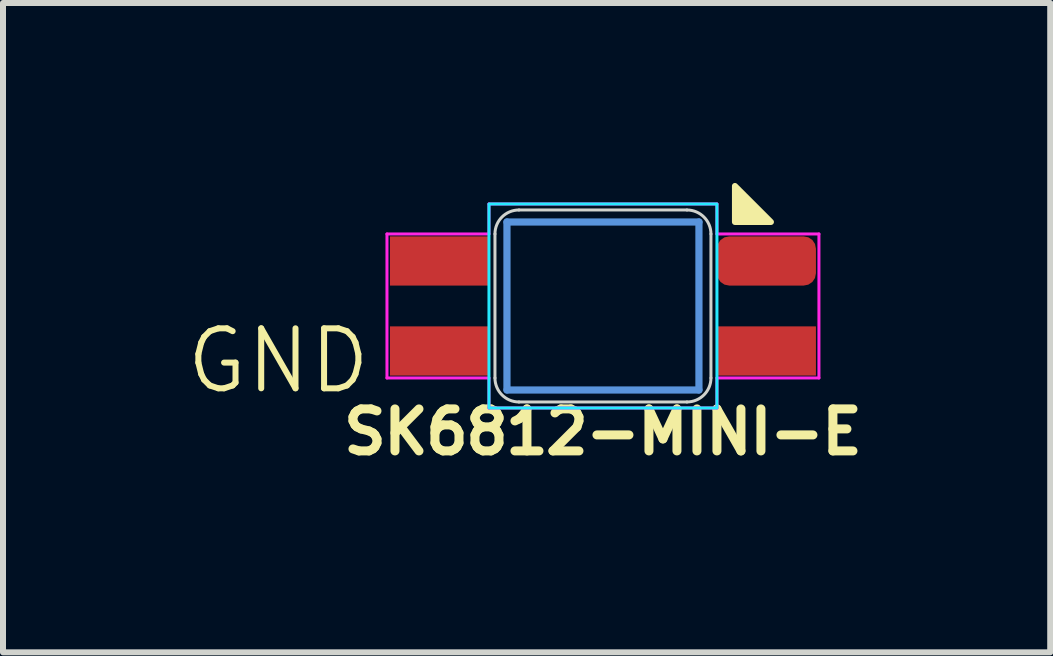
<source format=kicad_pcb>
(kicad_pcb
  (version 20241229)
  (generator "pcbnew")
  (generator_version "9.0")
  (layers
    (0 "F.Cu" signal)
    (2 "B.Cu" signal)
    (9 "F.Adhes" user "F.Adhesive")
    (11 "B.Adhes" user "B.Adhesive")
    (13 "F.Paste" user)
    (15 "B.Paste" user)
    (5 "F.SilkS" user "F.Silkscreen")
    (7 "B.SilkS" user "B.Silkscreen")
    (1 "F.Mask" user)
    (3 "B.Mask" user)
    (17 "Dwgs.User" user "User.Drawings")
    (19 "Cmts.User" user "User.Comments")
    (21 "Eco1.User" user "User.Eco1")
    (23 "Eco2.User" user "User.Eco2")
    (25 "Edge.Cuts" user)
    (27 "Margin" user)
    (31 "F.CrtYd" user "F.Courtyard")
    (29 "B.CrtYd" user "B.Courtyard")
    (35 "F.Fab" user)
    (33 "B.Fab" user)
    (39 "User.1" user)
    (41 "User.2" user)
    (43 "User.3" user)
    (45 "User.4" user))
  (footprint "SK6812-MINI-E"
    (layer "F.Cu")
    (at 7 2.05)
    (property "Reference" "SK6812-MINI-E" (at 0 2.1 0) (unlocked yes) (layer "F.SilkS") (effects (font (size 0.7 0.7) (thickness 0.15))))
    (attr through_hole)
    (fp_poly (pts (xy 2.8 -1.4) (xy 2.2 -1.4) (xy 2.2 -2)) (stroke (width 0.1) (type solid)) (fill yes) (layer "F.SilkS"))
    (fp_line (start -1.6 -1.4) (end 1.6 -1.4) (stroke (width 0.12) (type solid)) (layer "Cmts.User"))
    (fp_line (start -1.6 1.4) (end -1.6 -1.4) (stroke (width 0.12) (type solid)) (layer "Cmts.User"))
    (fp_line (start 1.6 -1.4) (end 1.6 1.4) (stroke (width 0.12) (type solid)) (layer "Cmts.User"))
    (fp_line (start 1.6 1.4) (end -1.6 1.4) (stroke (width 0.12) (type solid)) (layer "Cmts.User"))
    (fp_line (start -1.8 1.2) (end -1.8 -1.2) (stroke (width 0.05) (type default)) (layer "Edge.Cuts"))
    (fp_line (start -1.4 -1.6) (end 1.4 -1.6) (stroke (width 0.05) (type default)) (layer "Edge.Cuts"))
    (fp_line (start 1.4 1.6) (end -1.4 1.6) (stroke (width 0.05) (type default)) (layer "Edge.Cuts"))
    (fp_line (start 1.8 -1.2) (end 1.8 1.2) (stroke (width 0.05) (type default)) (layer "Edge.Cuts"))
    (fp_arc (start -1.8 -1.2) (mid -1.682843 -1.482843) (end -1.4 -1.6) (stroke (width 0.05) (type default)) (layer "Edge.Cuts"))
    (fp_arc (start -1.4 1.6) (mid -1.682843 1.482843) (end -1.8 1.2) (stroke (width 0.05) (type default)) (layer "Edge.Cuts"))
    (fp_arc (start 1.4 -1.6) (mid 1.682843 -1.482843) (end 1.8 -1.2) (stroke (width 0.05) (type default)) (layer "Edge.Cuts"))
    (fp_arc (start 1.8 1.2) (mid 1.682843 1.482843) (end 1.4 1.6) (stroke (width 0.05) (type default)) (layer "Edge.Cuts"))
    (fp_rect (start -1.9 -1.7) (end 1.9 1.7) (stroke (width 0.05) (type default)) (fill no) (layer "B.CrtYd"))
    (fp_line (start -3.6 -1.2) (end -3.6 1.2) (stroke (width 0.05) (type default)) (layer "F.CrtYd"))
    (fp_line (start -3.6 1.2) (end -1.9 1.2) (stroke (width 0.05) (type default)) (layer "F.CrtYd"))
    (fp_line (start -1.9 -1.7) (end -1.9 -1.2) (stroke (width 0.05) (type default)) (layer "F.CrtYd"))
    (fp_line (start -1.9 -1.2) (end -3.6 -1.2) (stroke (width 0.05) (type default)) (layer "F.CrtYd"))
    (fp_line (start -1.9 1.2) (end -1.9 1.7) (stroke (width 0.05) (type default)) (layer "F.CrtYd"))
    (fp_line (start -1.9 1.7) (end 1.9 1.7) (stroke (width 0.05) (type default)) (layer "F.CrtYd"))
    (fp_line (start 1.9 -1.7) (end -1.9 -1.7) (stroke (width 0.05) (type default)) (layer "F.CrtYd"))
    (fp_line (start 1.9 -1.2) (end 1.9 -1.7) (stroke (width 0.05) (type default)) (layer "F.CrtYd"))
    (fp_line (start 1.9 1.2) (end 3.6 1.2) (stroke (width 0.05) (type default)) (layer "F.CrtYd"))
    (fp_line (start 1.9 1.7) (end 1.9 1.2) (stroke (width 0.05) (type default)) (layer "F.CrtYd"))
    (fp_line (start 3.6 -1.2) (end 1.9 -1.2) (stroke (width 0.05) (type default)) (layer "F.CrtYd"))
    (fp_line (start 3.6 1.2) (end 3.6 -1.2) (stroke (width 0.05) (type default)) (layer "F.CrtYd"))
    (fp_text user "GND" (at -7 1.5 0) (unlocked yes) (layer "F.SilkS") (effects (font (size 1 1) (thickness 0.1)) (justify left bottom)))
    (pad "1" smd roundrect (at 2.725 -0.75) (size 1.65 0.82) (layers "F.Cu" "F.Mask" "F.Paste") (roundrect_rratio 0.25))
    (pad "2" smd rect (at 2.725 0.75) (size 1.65 0.82) (layers "F.Cu" "F.Mask" "F.Paste"))
    (pad "3" smd rect (at -2.725 0.75) (size 1.65 0.82) (layers "F.Cu" "F.Mask" "F.Paste"))
    (pad "4" smd rect (at -2.725 -0.75) (size 1.65 0.82) (layers "F.Cu" "F.Mask" "F.Paste")))
  (gr_rect
    (start -3 -3)
    (end 14.455 7.823)
    (stroke (width 0.1) (type default))
    (fill no)
    (layer "Edge.Cuts")))
</source>
